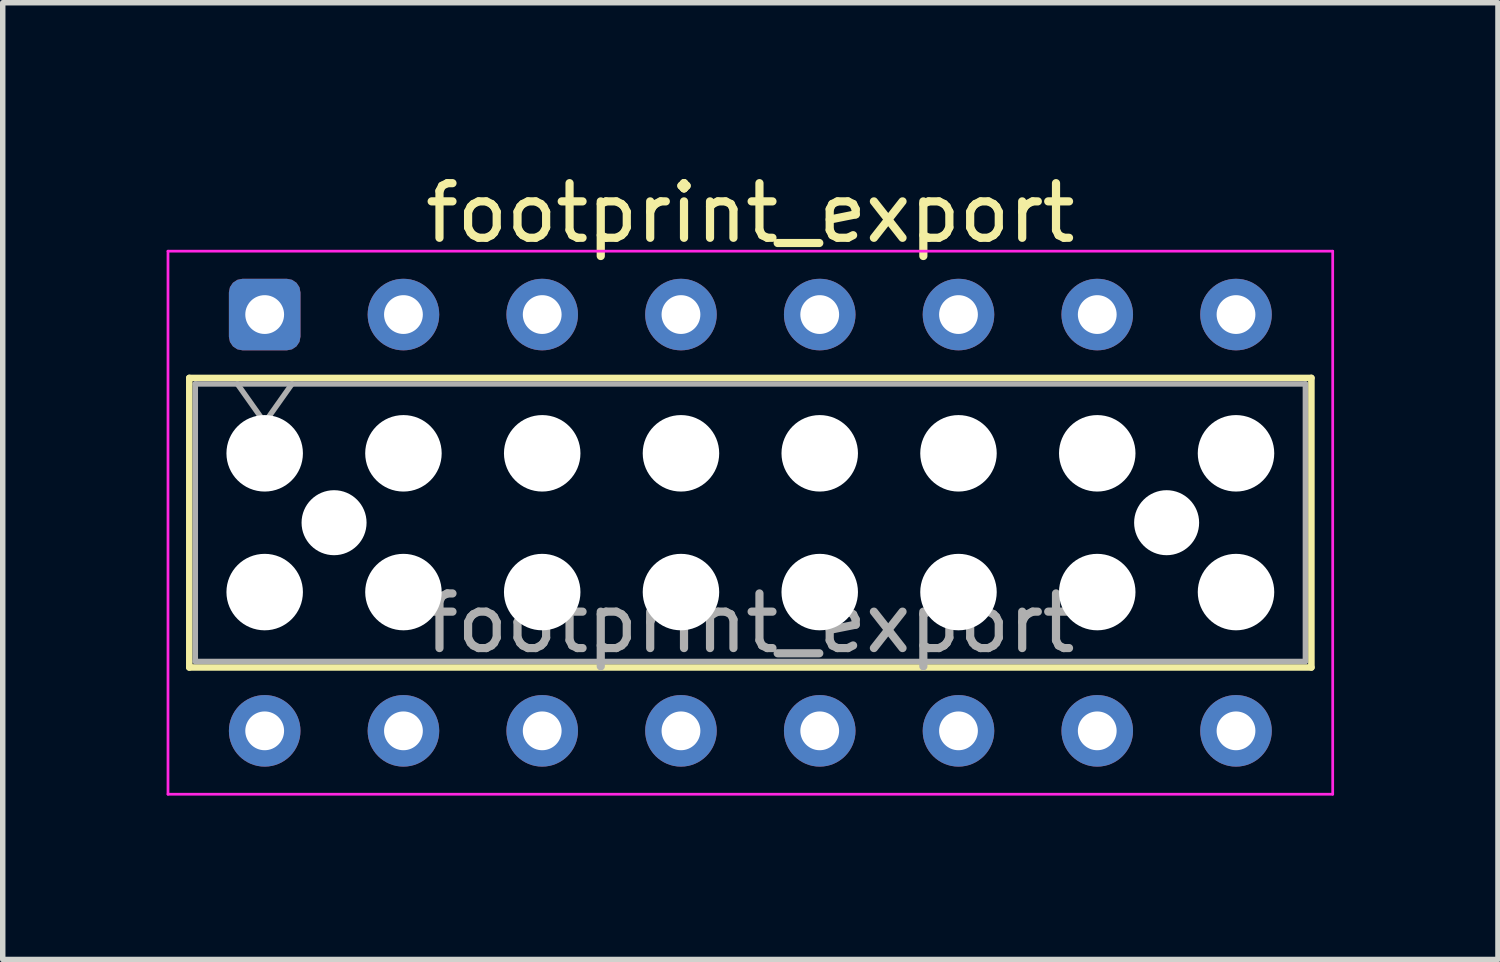
<source format=kicad_pcb>
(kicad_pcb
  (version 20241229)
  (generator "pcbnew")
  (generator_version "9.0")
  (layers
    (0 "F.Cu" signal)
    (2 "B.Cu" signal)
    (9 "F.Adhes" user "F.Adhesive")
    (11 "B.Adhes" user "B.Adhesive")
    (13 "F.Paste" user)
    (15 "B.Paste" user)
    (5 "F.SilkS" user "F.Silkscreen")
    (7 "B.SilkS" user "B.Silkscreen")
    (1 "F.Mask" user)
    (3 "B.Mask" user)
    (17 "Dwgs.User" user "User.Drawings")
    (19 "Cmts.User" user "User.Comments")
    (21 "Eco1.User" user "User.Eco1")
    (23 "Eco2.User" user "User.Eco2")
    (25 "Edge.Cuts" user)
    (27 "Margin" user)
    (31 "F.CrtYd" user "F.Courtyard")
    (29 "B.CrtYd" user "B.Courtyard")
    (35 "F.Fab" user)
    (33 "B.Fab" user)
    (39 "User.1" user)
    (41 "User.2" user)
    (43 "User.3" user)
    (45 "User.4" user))
  (footprint "footprint_export"
    (layer "F.Cu")
    (at 1.795 2.708)
    (property "Reference" "footprint_export" (at 8.89 -1.86 0) (layer "F.SilkS") (effects (font (size 1 1) (thickness 0.15))))
    (attr through_hole)
    (fp_line (start -1.38 1.16) (end 19.16 1.16) (stroke (width 0.12) (type solid)) (layer "F.SilkS"))
    (fp_line (start -1.38 6.46) (end -1.38 1.16) (stroke (width 0.12) (type solid)) (layer "F.SilkS"))
    (fp_line (start 19.16 1.16) (end 19.16 6.46) (stroke (width 0.12) (type solid)) (layer "F.SilkS"))
    (fp_line (start 19.16 6.46) (end -1.38 6.46) (stroke (width 0.12) (type solid)) (layer "F.SilkS"))
    (fp_line (start -1.77 -1.16) (end 19.55 -1.16) (stroke (width 0.05) (type solid)) (layer "F.CrtYd"))
    (fp_line (start -1.77 8.78) (end -1.77 -1.16) (stroke (width 0.05) (type solid)) (layer "F.CrtYd"))
    (fp_line (start 19.55 -1.16) (end 19.55 8.78) (stroke (width 0.05) (type solid)) (layer "F.CrtYd"))
    (fp_line (start 19.55 8.78) (end -1.77 8.78) (stroke (width 0.05) (type solid)) (layer "F.CrtYd"))
    (fp_line (start -1.27 1.27) (end 19.05 1.27) (stroke (width 0.1) (type solid)) (layer "F.Fab"))
    (fp_line (start -1.27 6.35) (end -1.27 1.27) (stroke (width 0.1) (type solid)) (layer "F.Fab"))
    (fp_line (start -0.5 1.27) (end 0 1.977) (stroke (width 0.1) (type solid)) (layer "F.Fab"))
    (fp_line (start 0 1.977) (end 0.5 1.27) (stroke (width 0.1) (type solid)) (layer "F.Fab"))
    (fp_line (start 19.05 1.27) (end 19.05 6.35) (stroke (width 0.1) (type solid)) (layer "F.Fab"))
    (fp_line (start 19.05 6.35) (end -1.27 6.35) (stroke (width 0.1) (type solid)) (layer "F.Fab"))
    (fp_text user "${REFERENCE}" (at 8.89 5.65 0) (layer "F.Fab") (effects (font (size 1 1) (thickness 0.15))))
    (pad "" np_thru_hole circle (at 0 2.54) (size 1.4 1.4) (drill 1.4) (layers "*.Cu" "*.Mask"))
    (pad "" np_thru_hole circle (at 0 5.08) (size 1.4 1.4) (drill 1.4) (layers "*.Cu" "*.Mask"))
    (pad "" np_thru_hole circle (at 1.27 3.81) (size 1.19 1.19) (drill 1.19) (layers "*.Cu" "*.Mask"))
    (pad "" np_thru_hole circle (at 2.54 2.54) (size 1.4 1.4) (drill 1.4) (layers "*.Cu" "*.Mask"))
    (pad "" np_thru_hole circle (at 2.54 5.08) (size 1.4 1.4) (drill 1.4) (layers "*.Cu" "*.Mask"))
    (pad "" np_thru_hole circle (at 5.08 2.54) (size 1.4 1.4) (drill 1.4) (layers "*.Cu" "*.Mask"))
    (pad "" np_thru_hole circle (at 5.08 5.08) (size 1.4 1.4) (drill 1.4) (layers "*.Cu" "*.Mask"))
    (pad "" np_thru_hole circle (at 7.62 2.54) (size 1.4 1.4) (drill 1.4) (layers "*.Cu" "*.Mask"))
    (pad "" np_thru_hole circle (at 7.62 5.08) (size 1.4 1.4) (drill 1.4) (layers "*.Cu" "*.Mask"))
    (pad "" np_thru_hole circle (at 10.16 2.54) (size 1.4 1.4) (drill 1.4) (layers "*.Cu" "*.Mask"))
    (pad "" np_thru_hole circle (at 10.16 5.08) (size 1.4 1.4) (drill 1.4) (layers "*.Cu" "*.Mask"))
    (pad "" np_thru_hole circle (at 12.7 2.54) (size 1.4 1.4) (drill 1.4) (layers "*.Cu" "*.Mask"))
    (pad "" np_thru_hole circle (at 12.7 5.08) (size 1.4 1.4) (drill 1.4) (layers "*.Cu" "*.Mask"))
    (pad "" np_thru_hole circle (at 15.24 2.54) (size 1.4 1.4) (drill 1.4) (layers "*.Cu" "*.Mask"))
    (pad "" np_thru_hole circle (at 15.24 5.08) (size 1.4 1.4) (drill 1.4) (layers "*.Cu" "*.Mask"))
    (pad "" np_thru_hole circle (at 16.51 3.81) (size 1.19 1.19) (drill 1.19) (layers "*.Cu" "*.Mask"))
    (pad "" np_thru_hole circle (at 17.78 2.54) (size 1.4 1.4) (drill 1.4) (layers "*.Cu" "*.Mask"))
    (pad "" np_thru_hole circle (at 17.78 5.08) (size 1.4 1.4) (drill 1.4) (layers "*.Cu" "*.Mask"))
    (pad "1" thru_hole roundrect (at 0 0) (size 1.31 1.31) (drill 0.71) (layers "*.Cu" "*.Mask") (roundrect_rratio 0.191))
    (pad "2" thru_hole circle (at 0 7.62) (size 1.31 1.31) (drill 0.71) (layers "*.Cu" "*.Mask"))
    (pad "3" thru_hole circle (at 2.54 0) (size 1.31 1.31) (drill 0.71) (layers "*.Cu" "*.Mask"))
    (pad "4" thru_hole circle (at 2.54 7.62) (size 1.31 1.31) (drill 0.71) (layers "*.Cu" "*.Mask"))
    (pad "5" thru_hole circle (at 5.08 0) (size 1.31 1.31) (drill 0.71) (layers "*.Cu" "*.Mask"))
    (pad "6" thru_hole circle (at 5.08 7.62) (size 1.31 1.31) (drill 0.71) (layers "*.Cu" "*.Mask"))
    (pad "7" thru_hole circle (at 7.62 0) (size 1.31 1.31) (drill 0.71) (layers "*.Cu" "*.Mask"))
    (pad "8" thru_hole circle (at 7.62 7.62) (size 1.31 1.31) (drill 0.71) (layers "*.Cu" "*.Mask"))
    (pad "9" thru_hole circle (at 10.16 0) (size 1.31 1.31) (drill 0.71) (layers "*.Cu" "*.Mask"))
    (pad "10" thru_hole circle (at 10.16 7.62) (size 1.31 1.31) (drill 0.71) (layers "*.Cu" "*.Mask"))
    (pad "11" thru_hole circle (at 12.7 0) (size 1.31 1.31) (drill 0.71) (layers "*.Cu" "*.Mask"))
    (pad "12" thru_hole circle (at 12.7 7.62) (size 1.31 1.31) (drill 0.71) (layers "*.Cu" "*.Mask"))
    (pad "13" thru_hole circle (at 15.24 0) (size 1.31 1.31) (drill 0.71) (layers "*.Cu" "*.Mask"))
    (pad "14" thru_hole circle (at 15.24 7.62) (size 1.31 1.31) (drill 0.71) (layers "*.Cu" "*.Mask"))
    (pad "15" thru_hole circle (at 17.78 0) (size 1.31 1.31) (drill 0.71) (layers "*.Cu" "*.Mask"))
    (pad "16" thru_hole circle (at 17.78 7.62) (size 1.31 1.31) (drill 0.71) (layers "*.Cu" "*.Mask")))
  (gr_rect
    (start -3 -3)
    (end 24.37 14.513)
    (stroke (width 0.1) (type default))
    (fill no)
    (layer "Edge.Cuts")))
</source>
